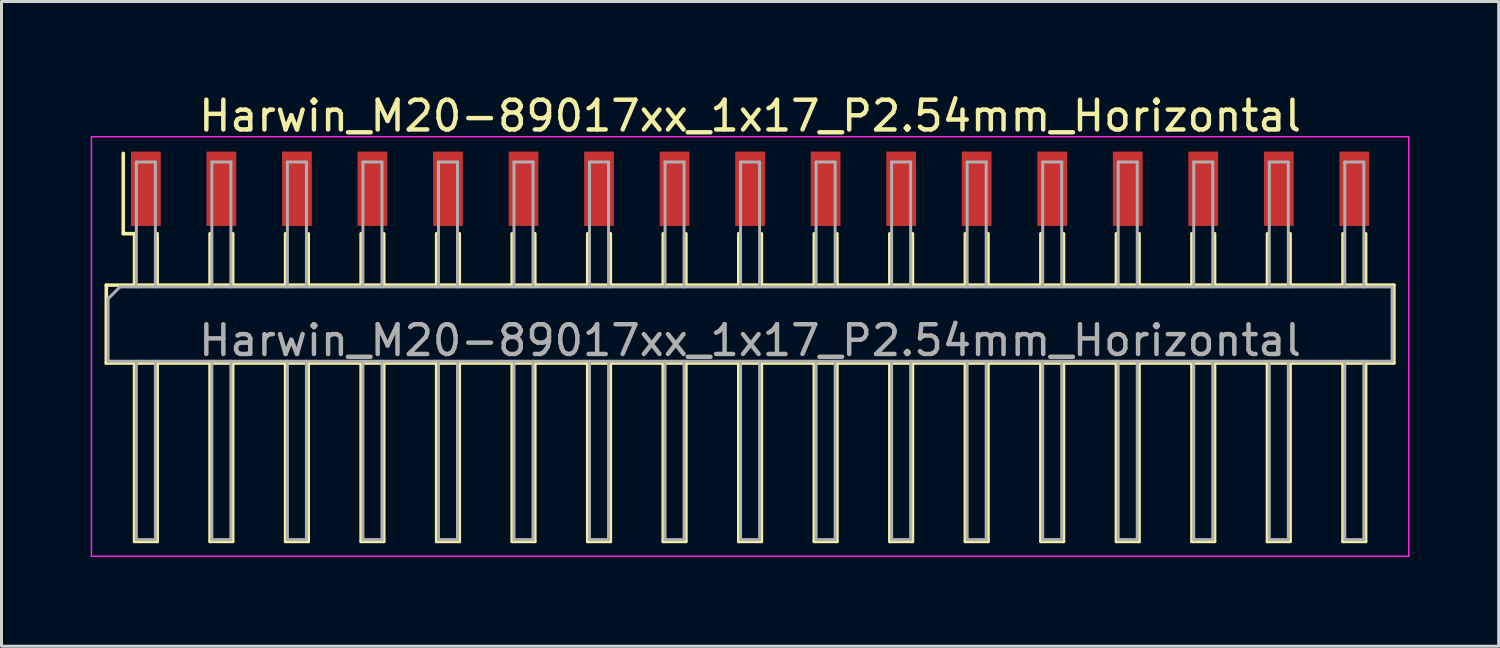
<source format=kicad_pcb>
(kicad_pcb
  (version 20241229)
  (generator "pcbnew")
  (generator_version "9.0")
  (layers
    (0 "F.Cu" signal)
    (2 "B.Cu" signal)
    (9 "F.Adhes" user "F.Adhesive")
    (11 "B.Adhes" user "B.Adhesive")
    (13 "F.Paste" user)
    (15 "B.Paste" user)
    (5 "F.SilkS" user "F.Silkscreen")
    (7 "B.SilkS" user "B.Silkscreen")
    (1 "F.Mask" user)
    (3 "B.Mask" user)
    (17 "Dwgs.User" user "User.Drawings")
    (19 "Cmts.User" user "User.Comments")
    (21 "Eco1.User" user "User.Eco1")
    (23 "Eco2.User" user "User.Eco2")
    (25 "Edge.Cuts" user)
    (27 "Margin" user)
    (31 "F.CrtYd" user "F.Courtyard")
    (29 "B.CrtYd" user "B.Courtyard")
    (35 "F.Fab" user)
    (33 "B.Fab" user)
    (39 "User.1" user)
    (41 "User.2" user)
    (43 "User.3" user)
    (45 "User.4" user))
  (footprint "Harwin_M20-89017xx_1x17_P2.54mm_Horizontal"
    (layer "F.Cu")
    (at 22.175 3.298)
    (property "Reference" "Harwin_M20-89017xx_1x17_P2.54mm_Horizontal" (at 0 -2.45 0) (layer "F.SilkS") (effects (font (size 1 1) (thickness 0.15))))
    (attr smd)
    (fp_line (start -21.65 3.24) (end -21.65 5.86) (stroke (width 0.12) (type solid)) (layer "F.SilkS"))
    (fp_line (start -21.65 5.86) (end 21.65 5.86) (stroke (width 0.12) (type solid)) (layer "F.SilkS"))
    (fp_line (start -21.08 1.51) (end -21.08 -1.19) (stroke (width 0.12) (type solid)) (layer "F.SilkS"))
    (fp_line (start -20.7 1.51) (end -21.08 1.51) (stroke (width 0.12) (type solid)) (layer "F.SilkS"))
    (fp_line (start -20.7 1.51) (end -20.7 3.24) (stroke (width 0.12) (type solid)) (layer "F.SilkS"))
    (fp_line (start -20.7 5.86) (end -20.7 11.86) (stroke (width 0.12) (type solid)) (layer "F.SilkS"))
    (fp_line (start -20.7 11.86) (end -19.94 11.86) (stroke (width 0.12) (type solid)) (layer "F.SilkS"))
    (fp_line (start -19.94 1.51) (end -19.94 3.24) (stroke (width 0.12) (type solid)) (layer "F.SilkS"))
    (fp_line (start -19.94 11.86) (end -19.94 5.86) (stroke (width 0.12) (type solid)) (layer "F.SilkS"))
    (fp_line (start -18.16 1.51) (end -18.16 3.24) (stroke (width 0.12) (type solid)) (layer "F.SilkS"))
    (fp_line (start -18.16 5.86) (end -18.16 11.86) (stroke (width 0.12) (type solid)) (layer "F.SilkS"))
    (fp_line (start -18.16 11.86) (end -17.4 11.86) (stroke (width 0.12) (type solid)) (layer "F.SilkS"))
    (fp_line (start -17.4 1.51) (end -17.4 3.24) (stroke (width 0.12) (type solid)) (layer "F.SilkS"))
    (fp_line (start -17.4 11.86) (end -17.4 5.86) (stroke (width 0.12) (type solid)) (layer "F.SilkS"))
    (fp_line (start -15.62 1.51) (end -15.62 3.24) (stroke (width 0.12) (type solid)) (layer "F.SilkS"))
    (fp_line (start -15.62 5.86) (end -15.62 11.86) (stroke (width 0.12) (type solid)) (layer "F.SilkS"))
    (fp_line (start -15.62 11.86) (end -14.86 11.86) (stroke (width 0.12) (type solid)) (layer "F.SilkS"))
    (fp_line (start -14.86 1.51) (end -14.86 3.24) (stroke (width 0.12) (type solid)) (layer "F.SilkS"))
    (fp_line (start -14.86 11.86) (end -14.86 5.86) (stroke (width 0.12) (type solid)) (layer "F.SilkS"))
    (fp_line (start -13.08 1.51) (end -13.08 3.24) (stroke (width 0.12) (type solid)) (layer "F.SilkS"))
    (fp_line (start -13.08 5.86) (end -13.08 11.86) (stroke (width 0.12) (type solid)) (layer "F.SilkS"))
    (fp_line (start -13.08 11.86) (end -12.32 11.86) (stroke (width 0.12) (type solid)) (layer "F.SilkS"))
    (fp_line (start -12.32 1.51) (end -12.32 3.24) (stroke (width 0.12) (type solid)) (layer "F.SilkS"))
    (fp_line (start -12.32 11.86) (end -12.32 5.86) (stroke (width 0.12) (type solid)) (layer "F.SilkS"))
    (fp_line (start -10.54 1.51) (end -10.54 3.24) (stroke (width 0.12) (type solid)) (layer "F.SilkS"))
    (fp_line (start -10.54 5.86) (end -10.54 11.86) (stroke (width 0.12) (type solid)) (layer "F.SilkS"))
    (fp_line (start -10.54 11.86) (end -9.78 11.86) (stroke (width 0.12) (type solid)) (layer "F.SilkS"))
    (fp_line (start -9.78 1.51) (end -9.78 3.24) (stroke (width 0.12) (type solid)) (layer "F.SilkS"))
    (fp_line (start -9.78 11.86) (end -9.78 5.86) (stroke (width 0.12) (type solid)) (layer "F.SilkS"))
    (fp_line (start -8 1.51) (end -8 3.24) (stroke (width 0.12) (type solid)) (layer "F.SilkS"))
    (fp_line (start -8 5.86) (end -8 11.86) (stroke (width 0.12) (type solid)) (layer "F.SilkS"))
    (fp_line (start -8 11.86) (end -7.24 11.86) (stroke (width 0.12) (type solid)) (layer "F.SilkS"))
    (fp_line (start -7.24 1.51) (end -7.24 3.24) (stroke (width 0.12) (type solid)) (layer "F.SilkS"))
    (fp_line (start -7.24 11.86) (end -7.24 5.86) (stroke (width 0.12) (type solid)) (layer "F.SilkS"))
    (fp_line (start -5.46 1.51) (end -5.46 3.24) (stroke (width 0.12) (type solid)) (layer "F.SilkS"))
    (fp_line (start -5.46 5.86) (end -5.46 11.86) (stroke (width 0.12) (type solid)) (layer "F.SilkS"))
    (fp_line (start -5.46 11.86) (end -4.7 11.86) (stroke (width 0.12) (type solid)) (layer "F.SilkS"))
    (fp_line (start -4.7 1.51) (end -4.7 3.24) (stroke (width 0.12) (type solid)) (layer "F.SilkS"))
    (fp_line (start -4.7 11.86) (end -4.7 5.86) (stroke (width 0.12) (type solid)) (layer "F.SilkS"))
    (fp_line (start -2.92 1.51) (end -2.92 3.24) (stroke (width 0.12) (type solid)) (layer "F.SilkS"))
    (fp_line (start -2.92 5.86) (end -2.92 11.86) (stroke (width 0.12) (type solid)) (layer "F.SilkS"))
    (fp_line (start -2.92 11.86) (end -2.16 11.86) (stroke (width 0.12) (type solid)) (layer "F.SilkS"))
    (fp_line (start -2.16 1.51) (end -2.16 3.24) (stroke (width 0.12) (type solid)) (layer "F.SilkS"))
    (fp_line (start -2.16 11.86) (end -2.16 5.86) (stroke (width 0.12) (type solid)) (layer "F.SilkS"))
    (fp_line (start -0.38 1.51) (end -0.38 3.24) (stroke (width 0.12) (type solid)) (layer "F.SilkS"))
    (fp_line (start -0.38 5.86) (end -0.38 11.86) (stroke (width 0.12) (type solid)) (layer "F.SilkS"))
    (fp_line (start -0.38 11.86) (end 0.38 11.86) (stroke (width 0.12) (type solid)) (layer "F.SilkS"))
    (fp_line (start 0.38 1.51) (end 0.38 3.24) (stroke (width 0.12) (type solid)) (layer "F.SilkS"))
    (fp_line (start 0.38 11.86) (end 0.38 5.86) (stroke (width 0.12) (type solid)) (layer "F.SilkS"))
    (fp_line (start 2.16 1.51) (end 2.16 3.24) (stroke (width 0.12) (type solid)) (layer "F.SilkS"))
    (fp_line (start 2.16 5.86) (end 2.16 11.86) (stroke (width 0.12) (type solid)) (layer "F.SilkS"))
    (fp_line (start 2.16 11.86) (end 2.92 11.86) (stroke (width 0.12) (type solid)) (layer "F.SilkS"))
    (fp_line (start 2.92 1.51) (end 2.92 3.24) (stroke (width 0.12) (type solid)) (layer "F.SilkS"))
    (fp_line (start 2.92 11.86) (end 2.92 5.86) (stroke (width 0.12) (type solid)) (layer "F.SilkS"))
    (fp_line (start 4.7 1.51) (end 4.7 3.24) (stroke (width 0.12) (type solid)) (layer "F.SilkS"))
    (fp_line (start 4.7 5.86) (end 4.7 11.86) (stroke (width 0.12) (type solid)) (layer "F.SilkS"))
    (fp_line (start 4.7 11.86) (end 5.46 11.86) (stroke (width 0.12) (type solid)) (layer "F.SilkS"))
    (fp_line (start 5.46 1.51) (end 5.46 3.24) (stroke (width 0.12) (type solid)) (layer "F.SilkS"))
    (fp_line (start 5.46 11.86) (end 5.46 5.86) (stroke (width 0.12) (type solid)) (layer "F.SilkS"))
    (fp_line (start 7.24 1.51) (end 7.24 3.24) (stroke (width 0.12) (type solid)) (layer "F.SilkS"))
    (fp_line (start 7.24 5.86) (end 7.24 11.86) (stroke (width 0.12) (type solid)) (layer "F.SilkS"))
    (fp_line (start 7.24 11.86) (end 8 11.86) (stroke (width 0.12) (type solid)) (layer "F.SilkS"))
    (fp_line (start 8 1.51) (end 8 3.24) (stroke (width 0.12) (type solid)) (layer "F.SilkS"))
    (fp_line (start 8 11.86) (end 8 5.86) (stroke (width 0.12) (type solid)) (layer "F.SilkS"))
    (fp_line (start 9.78 1.51) (end 9.78 3.24) (stroke (width 0.12) (type solid)) (layer "F.SilkS"))
    (fp_line (start 9.78 5.86) (end 9.78 11.86) (stroke (width 0.12) (type solid)) (layer "F.SilkS"))
    (fp_line (start 9.78 11.86) (end 10.54 11.86) (stroke (width 0.12) (type solid)) (layer "F.SilkS"))
    (fp_line (start 10.54 1.51) (end 10.54 3.24) (stroke (width 0.12) (type solid)) (layer "F.SilkS"))
    (fp_line (start 10.54 11.86) (end 10.54 5.86) (stroke (width 0.12) (type solid)) (layer "F.SilkS"))
    (fp_line (start 12.32 1.51) (end 12.32 3.24) (stroke (width 0.12) (type solid)) (layer "F.SilkS"))
    (fp_line (start 12.32 5.86) (end 12.32 11.86) (stroke (width 0.12) (type solid)) (layer "F.SilkS"))
    (fp_line (start 12.32 11.86) (end 13.08 11.86) (stroke (width 0.12) (type solid)) (layer "F.SilkS"))
    (fp_line (start 13.08 1.51) (end 13.08 3.24) (stroke (width 0.12) (type solid)) (layer "F.SilkS"))
    (fp_line (start 13.08 11.86) (end 13.08 5.86) (stroke (width 0.12) (type solid)) (layer "F.SilkS"))
    (fp_line (start 14.86 1.51) (end 14.86 3.24) (stroke (width 0.12) (type solid)) (layer "F.SilkS"))
    (fp_line (start 14.86 5.86) (end 14.86 11.86) (stroke (width 0.12) (type solid)) (layer "F.SilkS"))
    (fp_line (start 14.86 11.86) (end 15.62 11.86) (stroke (width 0.12) (type solid)) (layer "F.SilkS"))
    (fp_line (start 15.62 1.51) (end 15.62 3.24) (stroke (width 0.12) (type solid)) (layer "F.SilkS"))
    (fp_line (start 15.62 11.86) (end 15.62 5.86) (stroke (width 0.12) (type solid)) (layer "F.SilkS"))
    (fp_line (start 17.4 1.51) (end 17.4 3.24) (stroke (width 0.12) (type solid)) (layer "F.SilkS"))
    (fp_line (start 17.4 5.86) (end 17.4 11.86) (stroke (width 0.12) (type solid)) (layer "F.SilkS"))
    (fp_line (start 17.4 11.86) (end 18.16 11.86) (stroke (width 0.12) (type solid)) (layer "F.SilkS"))
    (fp_line (start 18.16 1.51) (end 18.16 3.24) (stroke (width 0.12) (type solid)) (layer "F.SilkS"))
    (fp_line (start 18.16 11.86) (end 18.16 5.86) (stroke (width 0.12) (type solid)) (layer "F.SilkS"))
    (fp_line (start 19.94 1.51) (end 19.94 3.24) (stroke (width 0.12) (type solid)) (layer "F.SilkS"))
    (fp_line (start 19.94 5.86) (end 19.94 11.86) (stroke (width 0.12) (type solid)) (layer "F.SilkS"))
    (fp_line (start 19.94 11.86) (end 20.7 11.86) (stroke (width 0.12) (type solid)) (layer "F.SilkS"))
    (fp_line (start 20.7 1.51) (end 20.7 3.24) (stroke (width 0.12) (type solid)) (layer "F.SilkS"))
    (fp_line (start 20.7 11.86) (end 20.7 5.86) (stroke (width 0.12) (type solid)) (layer "F.SilkS"))
    (fp_line (start 21.65 3.24) (end -21.65 3.24) (stroke (width 0.12) (type solid)) (layer "F.SilkS"))
    (fp_line (start 21.65 5.86) (end 21.65 3.24) (stroke (width 0.12) (type solid)) (layer "F.SilkS"))
    (fp_line (start -22.15 -1.75) (end 22.15 -1.75) (stroke (width 0.05) (type solid)) (layer "F.CrtYd"))
    (fp_line (start -22.15 12.36) (end -22.15 -1.75) (stroke (width 0.05) (type solid)) (layer "F.CrtYd"))
    (fp_line (start 22.15 -1.75) (end 22.15 12.36) (stroke (width 0.05) (type solid)) (layer "F.CrtYd"))
    (fp_line (start 22.15 12.36) (end -22.15 12.36) (stroke (width 0.05) (type solid)) (layer "F.CrtYd"))
    (fp_line (start -21.59 3.7) (end -21.59 5.8) (stroke (width 0.1) (type solid)) (layer "F.Fab"))
    (fp_line (start -21.59 5.8) (end 21.59 5.8) (stroke (width 0.1) (type solid)) (layer "F.Fab"))
    (fp_line (start -21.19 3.3) (end -21.59 3.7) (stroke (width 0.1) (type solid)) (layer "F.Fab"))
    (fp_line (start -20.64 -0.9) (end -20 -0.9) (stroke (width 0.1) (type solid)) (layer "F.Fab"))
    (fp_line (start -20.64 3.3) (end -20.64 -0.9) (stroke (width 0.1) (type solid)) (layer "F.Fab"))
    (fp_line (start -20.64 5.8) (end -20.64 11.8) (stroke (width 0.1) (type solid)) (layer "F.Fab"))
    (fp_line (start -20.64 11.8) (end -20 11.8) (stroke (width 0.1) (type solid)) (layer "F.Fab"))
    (fp_line (start -20 -0.9) (end -20 3.3) (stroke (width 0.1) (type solid)) (layer "F.Fab"))
    (fp_line (start -20 11.8) (end -20 5.8) (stroke (width 0.1) (type solid)) (layer "F.Fab"))
    (fp_line (start -18.1 -0.9) (end -17.46 -0.9) (stroke (width 0.1) (type solid)) (layer "F.Fab"))
    (fp_line (start -18.1 3.3) (end -18.1 -0.9) (stroke (width 0.1) (type solid)) (layer "F.Fab"))
    (fp_line (start -18.1 5.8) (end -18.1 11.8) (stroke (width 0.1) (type solid)) (layer "F.Fab"))
    (fp_line (start -18.1 11.8) (end -17.46 11.8) (stroke (width 0.1) (type solid)) (layer "F.Fab"))
    (fp_line (start -17.46 -0.9) (end -17.46 3.3) (stroke (width 0.1) (type solid)) (layer "F.Fab"))
    (fp_line (start -17.46 11.8) (end -17.46 5.8) (stroke (width 0.1) (type solid)) (layer "F.Fab"))
    (fp_line (start -15.56 -0.9) (end -14.92 -0.9) (stroke (width 0.1) (type solid)) (layer "F.Fab"))
    (fp_line (start -15.56 3.3) (end -15.56 -0.9) (stroke (width 0.1) (type solid)) (layer "F.Fab"))
    (fp_line (start -15.56 5.8) (end -15.56 11.8) (stroke (width 0.1) (type solid)) (layer "F.Fab"))
    (fp_line (start -15.56 11.8) (end -14.92 11.8) (stroke (width 0.1) (type solid)) (layer "F.Fab"))
    (fp_line (start -14.92 -0.9) (end -14.92 3.3) (stroke (width 0.1) (type solid)) (layer "F.Fab"))
    (fp_line (start -14.92 11.8) (end -14.92 5.8) (stroke (width 0.1) (type solid)) (layer "F.Fab"))
    (fp_line (start -13.02 -0.9) (end -12.38 -0.9) (stroke (width 0.1) (type solid)) (layer "F.Fab"))
    (fp_line (start -13.02 3.3) (end -13.02 -0.9) (stroke (width 0.1) (type solid)) (layer "F.Fab"))
    (fp_line (start -13.02 5.8) (end -13.02 11.8) (stroke (width 0.1) (type solid)) (layer "F.Fab"))
    (fp_line (start -13.02 11.8) (end -12.38 11.8) (stroke (width 0.1) (type solid)) (layer "F.Fab"))
    (fp_line (start -12.38 -0.9) (end -12.38 3.3) (stroke (width 0.1) (type solid)) (layer "F.Fab"))
    (fp_line (start -12.38 11.8) (end -12.38 5.8) (stroke (width 0.1) (type solid)) (layer "F.Fab"))
    (fp_line (start -10.48 -0.9) (end -9.84 -0.9) (stroke (width 0.1) (type solid)) (layer "F.Fab"))
    (fp_line (start -10.48 3.3) (end -10.48 -0.9) (stroke (width 0.1) (type solid)) (layer "F.Fab"))
    (fp_line (start -10.48 5.8) (end -10.48 11.8) (stroke (width 0.1) (type solid)) (layer "F.Fab"))
    (fp_line (start -10.48 11.8) (end -9.84 11.8) (stroke (width 0.1) (type solid)) (layer "F.Fab"))
    (fp_line (start -9.84 -0.9) (end -9.84 3.3) (stroke (width 0.1) (type solid)) (layer "F.Fab"))
    (fp_line (start -9.84 11.8) (end -9.84 5.8) (stroke (width 0.1) (type solid)) (layer "F.Fab"))
    (fp_line (start -7.94 -0.9) (end -7.3 -0.9) (stroke (width 0.1) (type solid)) (layer "F.Fab"))
    (fp_line (start -7.94 3.3) (end -7.94 -0.9) (stroke (width 0.1) (type solid)) (layer "F.Fab"))
    (fp_line (start -7.94 5.8) (end -7.94 11.8) (stroke (width 0.1) (type solid)) (layer "F.Fab"))
    (fp_line (start -7.94 11.8) (end -7.3 11.8) (stroke (width 0.1) (type solid)) (layer "F.Fab"))
    (fp_line (start -7.3 -0.9) (end -7.3 3.3) (stroke (width 0.1) (type solid)) (layer "F.Fab"))
    (fp_line (start -7.3 11.8) (end -7.3 5.8) (stroke (width 0.1) (type solid)) (layer "F.Fab"))
    (fp_line (start -5.4 -0.9) (end -4.76 -0.9) (stroke (width 0.1) (type solid)) (layer "F.Fab"))
    (fp_line (start -5.4 3.3) (end -5.4 -0.9) (stroke (width 0.1) (type solid)) (layer "F.Fab"))
    (fp_line (start -5.4 5.8) (end -5.4 11.8) (stroke (width 0.1) (type solid)) (layer "F.Fab"))
    (fp_line (start -5.4 11.8) (end -4.76 11.8) (stroke (width 0.1) (type solid)) (layer "F.Fab"))
    (fp_line (start -4.76 -0.9) (end -4.76 3.3) (stroke (width 0.1) (type solid)) (layer "F.Fab"))
    (fp_line (start -4.76 11.8) (end -4.76 5.8) (stroke (width 0.1) (type solid)) (layer "F.Fab"))
    (fp_line (start -2.86 -0.9) (end -2.22 -0.9) (stroke (width 0.1) (type solid)) (layer "F.Fab"))
    (fp_line (start -2.86 3.3) (end -2.86 -0.9) (stroke (width 0.1) (type solid)) (layer "F.Fab"))
    (fp_line (start -2.86 5.8) (end -2.86 11.8) (stroke (width 0.1) (type solid)) (layer "F.Fab"))
    (fp_line (start -2.86 11.8) (end -2.22 11.8) (stroke (width 0.1) (type solid)) (layer "F.Fab"))
    (fp_line (start -2.22 -0.9) (end -2.22 3.3) (stroke (width 0.1) (type solid)) (layer "F.Fab"))
    (fp_line (start -2.22 11.8) (end -2.22 5.8) (stroke (width 0.1) (type solid)) (layer "F.Fab"))
    (fp_line (start -0.32 -0.9) (end 0.32 -0.9) (stroke (width 0.1) (type solid)) (layer "F.Fab"))
    (fp_line (start -0.32 3.3) (end -0.32 -0.9) (stroke (width 0.1) (type solid)) (layer "F.Fab"))
    (fp_line (start -0.32 5.8) (end -0.32 11.8) (stroke (width 0.1) (type solid)) (layer "F.Fab"))
    (fp_line (start -0.32 11.8) (end 0.32 11.8) (stroke (width 0.1) (type solid)) (layer "F.Fab"))
    (fp_line (start 0.32 -0.9) (end 0.32 3.3) (stroke (width 0.1) (type solid)) (layer "F.Fab"))
    (fp_line (start 0.32 11.8) (end 0.32 5.8) (stroke (width 0.1) (type solid)) (layer "F.Fab"))
    (fp_line (start 2.22 -0.9) (end 2.86 -0.9) (stroke (width 0.1) (type solid)) (layer "F.Fab"))
    (fp_line (start 2.22 3.3) (end 2.22 -0.9) (stroke (width 0.1) (type solid)) (layer "F.Fab"))
    (fp_line (start 2.22 5.8) (end 2.22 11.8) (stroke (width 0.1) (type solid)) (layer "F.Fab"))
    (fp_line (start 2.22 11.8) (end 2.86 11.8) (stroke (width 0.1) (type solid)) (layer "F.Fab"))
    (fp_line (start 2.86 -0.9) (end 2.86 3.3) (stroke (width 0.1) (type solid)) (layer "F.Fab"))
    (fp_line (start 2.86 11.8) (end 2.86 5.8) (stroke (width 0.1) (type solid)) (layer "F.Fab"))
    (fp_line (start 4.76 -0.9) (end 5.4 -0.9) (stroke (width 0.1) (type solid)) (layer "F.Fab"))
    (fp_line (start 4.76 3.3) (end 4.76 -0.9) (stroke (width 0.1) (type solid)) (layer "F.Fab"))
    (fp_line (start 4.76 5.8) (end 4.76 11.8) (stroke (width 0.1) (type solid)) (layer "F.Fab"))
    (fp_line (start 4.76 11.8) (end 5.4 11.8) (stroke (width 0.1) (type solid)) (layer "F.Fab"))
    (fp_line (start 5.4 -0.9) (end 5.4 3.3) (stroke (width 0.1) (type solid)) (layer "F.Fab"))
    (fp_line (start 5.4 11.8) (end 5.4 5.8) (stroke (width 0.1) (type solid)) (layer "F.Fab"))
    (fp_line (start 7.3 -0.9) (end 7.94 -0.9) (stroke (width 0.1) (type solid)) (layer "F.Fab"))
    (fp_line (start 7.3 3.3) (end 7.3 -0.9) (stroke (width 0.1) (type solid)) (layer "F.Fab"))
    (fp_line (start 7.3 5.8) (end 7.3 11.8) (stroke (width 0.1) (type solid)) (layer "F.Fab"))
    (fp_line (start 7.3 11.8) (end 7.94 11.8) (stroke (width 0.1) (type solid)) (layer "F.Fab"))
    (fp_line (start 7.94 -0.9) (end 7.94 3.3) (stroke (width 0.1) (type solid)) (layer "F.Fab"))
    (fp_line (start 7.94 11.8) (end 7.94 5.8) (stroke (width 0.1) (type solid)) (layer "F.Fab"))
    (fp_line (start 9.84 -0.9) (end 10.48 -0.9) (stroke (width 0.1) (type solid)) (layer "F.Fab"))
    (fp_line (start 9.84 3.3) (end 9.84 -0.9) (stroke (width 0.1) (type solid)) (layer "F.Fab"))
    (fp_line (start 9.84 5.8) (end 9.84 11.8) (stroke (width 0.1) (type solid)) (layer "F.Fab"))
    (fp_line (start 9.84 11.8) (end 10.48 11.8) (stroke (width 0.1) (type solid)) (layer "F.Fab"))
    (fp_line (start 10.48 -0.9) (end 10.48 3.3) (stroke (width 0.1) (type solid)) (layer "F.Fab"))
    (fp_line (start 10.48 11.8) (end 10.48 5.8) (stroke (width 0.1) (type solid)) (layer "F.Fab"))
    (fp_line (start 12.38 -0.9) (end 13.02 -0.9) (stroke (width 0.1) (type solid)) (layer "F.Fab"))
    (fp_line (start 12.38 3.3) (end 12.38 -0.9) (stroke (width 0.1) (type solid)) (layer "F.Fab"))
    (fp_line (start 12.38 5.8) (end 12.38 11.8) (stroke (width 0.1) (type solid)) (layer "F.Fab"))
    (fp_line (start 12.38 11.8) (end 13.02 11.8) (stroke (width 0.1) (type solid)) (layer "F.Fab"))
    (fp_line (start 13.02 -0.9) (end 13.02 3.3) (stroke (width 0.1) (type solid)) (layer "F.Fab"))
    (fp_line (start 13.02 11.8) (end 13.02 5.8) (stroke (width 0.1) (type solid)) (layer "F.Fab"))
    (fp_line (start 14.92 -0.9) (end 15.56 -0.9) (stroke (width 0.1) (type solid)) (layer "F.Fab"))
    (fp_line (start 14.92 3.3) (end 14.92 -0.9) (stroke (width 0.1) (type solid)) (layer "F.Fab"))
    (fp_line (start 14.92 5.8) (end 14.92 11.8) (stroke (width 0.1) (type solid)) (layer "F.Fab"))
    (fp_line (start 14.92 11.8) (end 15.56 11.8) (stroke (width 0.1) (type solid)) (layer "F.Fab"))
    (fp_line (start 15.56 -0.9) (end 15.56 3.3) (stroke (width 0.1) (type solid)) (layer "F.Fab"))
    (fp_line (start 15.56 11.8) (end 15.56 5.8) (stroke (width 0.1) (type solid)) (layer "F.Fab"))
    (fp_line (start 17.46 -0.9) (end 18.1 -0.9) (stroke (width 0.1) (type solid)) (layer "F.Fab"))
    (fp_line (start 17.46 3.3) (end 17.46 -0.9) (stroke (width 0.1) (type solid)) (layer "F.Fab"))
    (fp_line (start 17.46 5.8) (end 17.46 11.8) (stroke (width 0.1) (type solid)) (layer "F.Fab"))
    (fp_line (start 17.46 11.8) (end 18.1 11.8) (stroke (width 0.1) (type solid)) (layer "F.Fab"))
    (fp_line (start 18.1 -0.9) (end 18.1 3.3) (stroke (width 0.1) (type solid)) (layer "F.Fab"))
    (fp_line (start 18.1 11.8) (end 18.1 5.8) (stroke (width 0.1) (type solid)) (layer "F.Fab"))
    (fp_line (start 20 -0.9) (end 20.64 -0.9) (stroke (width 0.1) (type solid)) (layer "F.Fab"))
    (fp_line (start 20 3.3) (end 20 -0.9) (stroke (width 0.1) (type solid)) (layer "F.Fab"))
    (fp_line (start 20 5.8) (end 20 11.8) (stroke (width 0.1) (type solid)) (layer "F.Fab"))
    (fp_line (start 20 11.8) (end 20.64 11.8) (stroke (width 0.1) (type solid)) (layer "F.Fab"))
    (fp_line (start 20.64 -0.9) (end 20.64 3.3) (stroke (width 0.1) (type solid)) (layer "F.Fab"))
    (fp_line (start 20.64 11.8) (end 20.64 5.8) (stroke (width 0.1) (type solid)) (layer "F.Fab"))
    (fp_line (start 21.59 3.3) (end -21.19 3.3) (stroke (width 0.1) (type solid)) (layer "F.Fab"))
    (fp_line (start 21.59 5.8) (end 21.59 3.3) (stroke (width 0.1) (type solid)) (layer "F.Fab"))
    (fp_text user "${REFERENCE}" (at 0 5.1 0) (layer "F.Fab") (effects (font (size 1 1) (thickness 0.15))))
    (pad "1" smd rect (at -20.32 0) (size 1 2.5) (layers "F.Cu" "F.Mask" "F.Paste"))
    (pad "2" smd rect (at -17.78 0) (size 1 2.5) (layers "F.Cu" "F.Mask" "F.Paste"))
    (pad "3" smd rect (at -15.24 0) (size 1 2.5) (layers "F.Cu" "F.Mask" "F.Paste"))
    (pad "4" smd rect (at -12.7 0) (size 1 2.5) (layers "F.Cu" "F.Mask" "F.Paste"))
    (pad "5" smd rect (at -10.16 0) (size 1 2.5) (layers "F.Cu" "F.Mask" "F.Paste"))
    (pad "6" smd rect (at -7.62 0) (size 1 2.5) (layers "F.Cu" "F.Mask" "F.Paste"))
    (pad "7" smd rect (at -5.08 0) (size 1 2.5) (layers "F.Cu" "F.Mask" "F.Paste"))
    (pad "8" smd rect (at -2.54 0) (size 1 2.5) (layers "F.Cu" "F.Mask" "F.Paste"))
    (pad "9" smd rect (at 0 0) (size 1 2.5) (layers "F.Cu" "F.Mask" "F.Paste"))
    (pad "10" smd rect (at 2.54 0) (size 1 2.5) (layers "F.Cu" "F.Mask" "F.Paste"))
    (pad "11" smd rect (at 5.08 0) (size 1 2.5) (layers "F.Cu" "F.Mask" "F.Paste"))
    (pad "12" smd rect (at 7.62 0) (size 1 2.5) (layers "F.Cu" "F.Mask" "F.Paste"))
    (pad "13" smd rect (at 10.16 0) (size 1 2.5) (layers "F.Cu" "F.Mask" "F.Paste"))
    (pad "14" smd rect (at 12.7 0) (size 1 2.5) (layers "F.Cu" "F.Mask" "F.Paste"))
    (pad "15" smd rect (at 15.24 0) (size 1 2.5) (layers "F.Cu" "F.Mask" "F.Paste"))
    (pad "16" smd rect (at 17.78 0) (size 1 2.5) (layers "F.Cu" "F.Mask" "F.Paste"))
    (pad "17" smd rect (at 20.32 0) (size 1 2.5) (layers "F.Cu" "F.Mask" "F.Paste")))
  (gr_rect
    (start -3 -3)
    (end 47.35 18.683)
    (stroke (width 0.1) (type default))
    (fill no)
    (layer "Edge.Cuts")))
</source>
